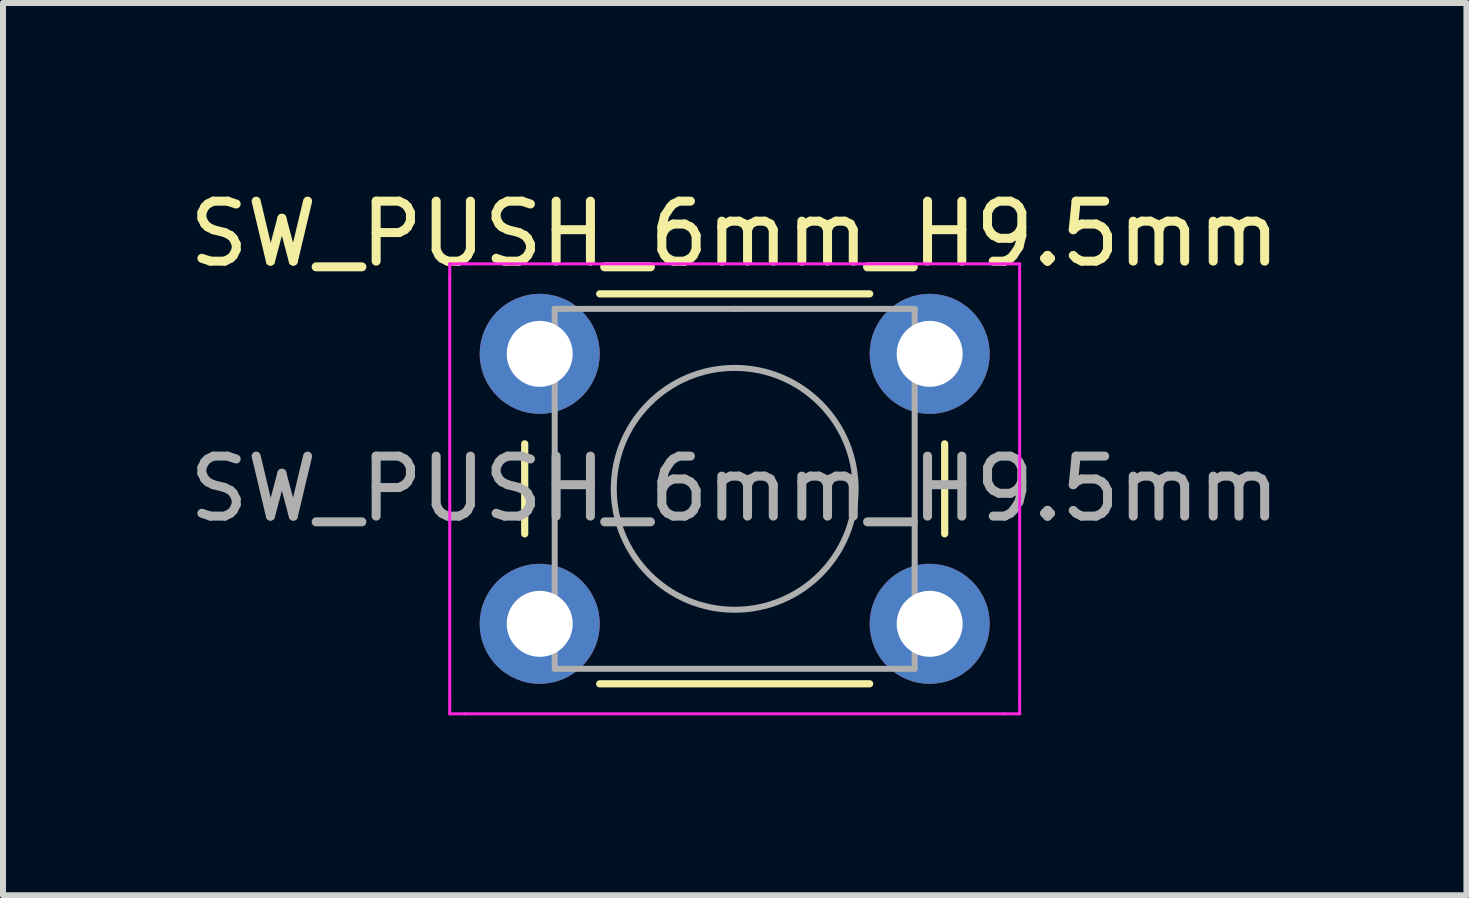
<source format=kicad_pcb>
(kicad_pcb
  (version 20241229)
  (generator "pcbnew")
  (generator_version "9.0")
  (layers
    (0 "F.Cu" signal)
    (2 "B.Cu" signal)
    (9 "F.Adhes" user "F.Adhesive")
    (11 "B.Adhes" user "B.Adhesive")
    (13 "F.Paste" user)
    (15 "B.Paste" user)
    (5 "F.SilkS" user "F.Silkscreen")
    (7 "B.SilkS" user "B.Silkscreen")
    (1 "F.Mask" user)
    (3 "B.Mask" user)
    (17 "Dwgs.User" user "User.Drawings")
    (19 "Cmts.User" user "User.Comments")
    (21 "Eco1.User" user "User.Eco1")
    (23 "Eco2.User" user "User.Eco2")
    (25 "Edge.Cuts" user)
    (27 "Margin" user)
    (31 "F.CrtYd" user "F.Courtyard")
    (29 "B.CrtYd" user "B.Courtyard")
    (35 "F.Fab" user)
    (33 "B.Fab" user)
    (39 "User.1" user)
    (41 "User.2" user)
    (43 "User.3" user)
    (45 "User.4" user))
  (footprint "SW_PUSH_6mm_H9.5mm"
    (layer "F.Cu")
    (at 5.946 2.848)
    (property "Reference" "SW_PUSH_6mm_H9.5mm" (at 3.25 -2 0) (layer "F.SilkS") (effects (font (size 1 1) (thickness 0.15))))
    (attr through_hole)
    (fp_line (start -0.25 1.5) (end -0.25 3) (stroke (width 0.12) (type solid)) (layer "F.SilkS"))
    (fp_line (start 1 5.5) (end 5.5 5.5) (stroke (width 0.12) (type solid)) (layer "F.SilkS"))
    (fp_line (start 5.5 -1) (end 1 -1) (stroke (width 0.12) (type solid)) (layer "F.SilkS"))
    (fp_line (start 6.75 3) (end 6.75 1.5) (stroke (width 0.12) (type solid)) (layer "F.SilkS"))
    (fp_line (start -1.5 -1.5) (end -1.25 -1.5) (stroke (width 0.05) (type solid)) (layer "F.CrtYd"))
    (fp_line (start -1.5 -1.25) (end -1.5 -1.5) (stroke (width 0.05) (type solid)) (layer "F.CrtYd"))
    (fp_line (start -1.5 5.75) (end -1.5 -1.25) (stroke (width 0.05) (type solid)) (layer "F.CrtYd"))
    (fp_line (start -1.5 5.75) (end -1.5 6) (stroke (width 0.05) (type solid)) (layer "F.CrtYd"))
    (fp_line (start -1.5 6) (end -1.25 6) (stroke (width 0.05) (type solid)) (layer "F.CrtYd"))
    (fp_line (start -1.25 -1.5) (end 7.75 -1.5) (stroke (width 0.05) (type solid)) (layer "F.CrtYd"))
    (fp_line (start 7.75 -1.5) (end 8 -1.5) (stroke (width 0.05) (type solid)) (layer "F.CrtYd"))
    (fp_line (start 7.75 6) (end -1.25 6) (stroke (width 0.05) (type solid)) (layer "F.CrtYd"))
    (fp_line (start 7.75 6) (end 8 6) (stroke (width 0.05) (type solid)) (layer "F.CrtYd"))
    (fp_line (start 8 -1.5) (end 8 -1.25) (stroke (width 0.05) (type solid)) (layer "F.CrtYd"))
    (fp_line (start 8 -1.25) (end 8 5.75) (stroke (width 0.05) (type solid)) (layer "F.CrtYd"))
    (fp_line (start 8 6) (end 8 5.75) (stroke (width 0.05) (type solid)) (layer "F.CrtYd"))
    (fp_line (start 0.25 -0.75) (end 3.25 -0.75) (stroke (width 0.1) (type solid)) (layer "F.Fab"))
    (fp_line (start 0.25 5.25) (end 0.25 -0.75) (stroke (width 0.1) (type solid)) (layer "F.Fab"))
    (fp_line (start 3.25 -0.75) (end 6.25 -0.75) (stroke (width 0.1) (type solid)) (layer "F.Fab"))
    (fp_line (start 6.25 -0.75) (end 6.25 5.25) (stroke (width 0.1) (type solid)) (layer "F.Fab"))
    (fp_line (start 6.25 5.25) (end 0.25 5.25) (stroke (width 0.1) (type solid)) (layer "F.Fab"))
    (fp_circle (center 3.25 2.25) (end 1.25 2.5) (stroke (width 0.1) (type solid)) (fill no) (layer "F.Fab"))
    (fp_text user "${REFERENCE}" (at 3.25 2.25 0) (layer "F.Fab") (effects (font (size 1 1) (thickness 0.15))))
    (pad "1" thru_hole circle (at 0 0 90) (size 2 2) (drill 1.1) (layers "*.Cu" "*.Mask"))
    (pad "1" thru_hole circle (at 6.5 0 90) (size 2 2) (drill 1.1) (layers "*.Cu" "*.Mask"))
    (pad "2" thru_hole circle (at 0 4.5 90) (size 2 2) (drill 1.1) (layers "*.Cu" "*.Mask"))
    (pad "2" thru_hole circle (at 6.5 4.5 90) (size 2 2) (drill 1.1) (layers "*.Cu" "*.Mask")))
  (gr_rect
    (start -3 -3)
    (end 21.393 11.873)
    (stroke (width 0.1) (type default))
    (fill no)
    (layer "Edge.Cuts")))
</source>
